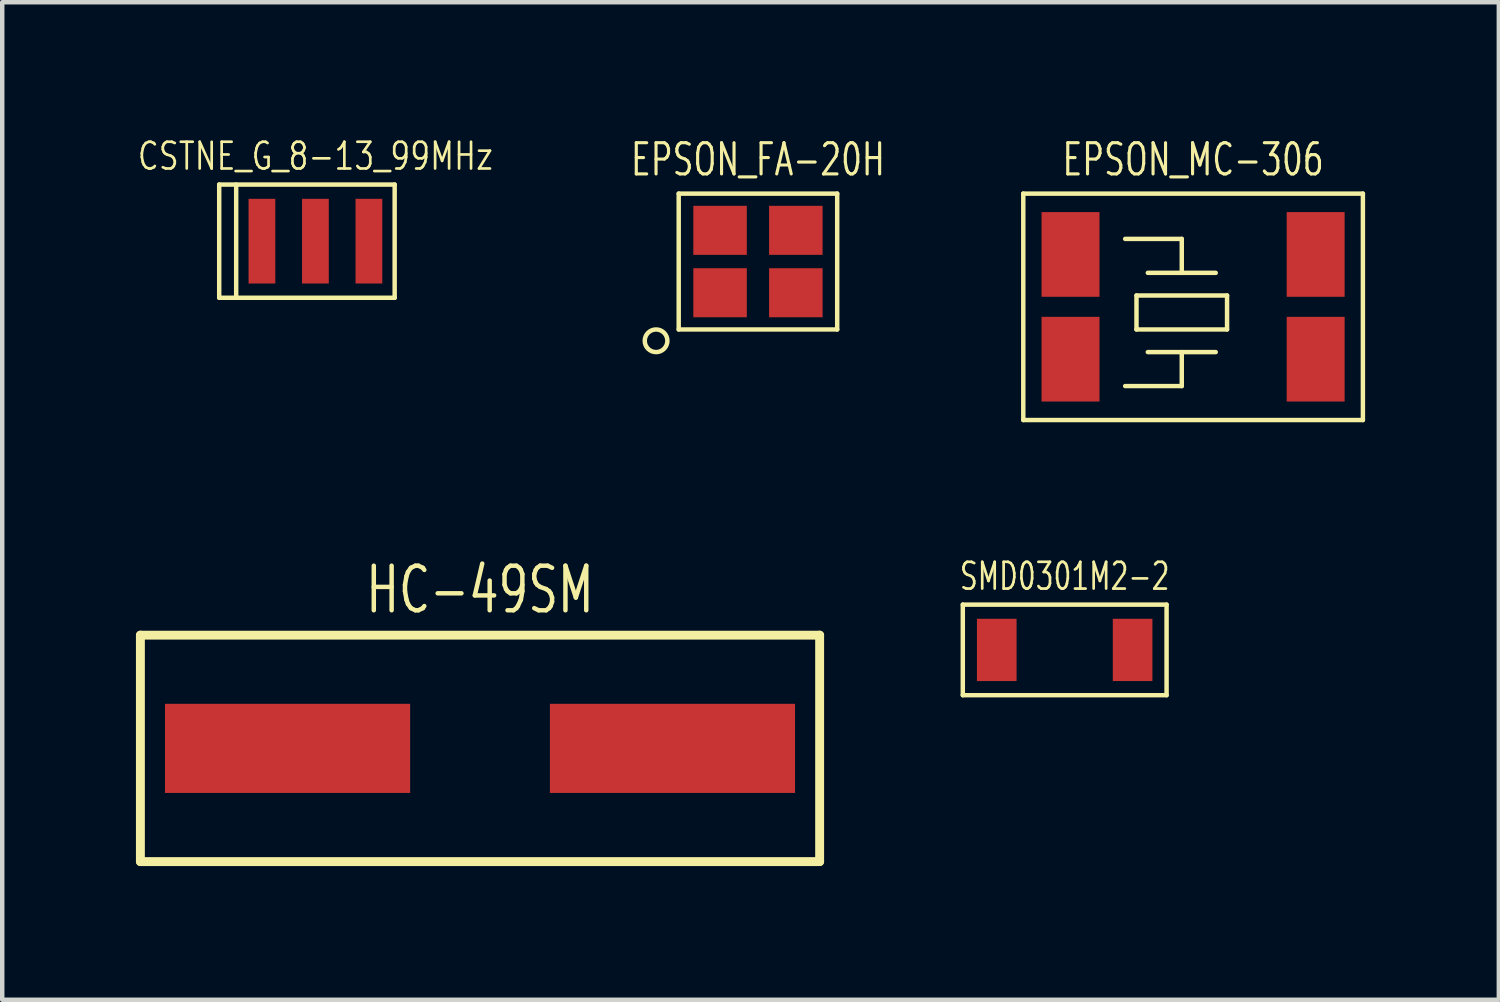
<source format=kicad_pcb>
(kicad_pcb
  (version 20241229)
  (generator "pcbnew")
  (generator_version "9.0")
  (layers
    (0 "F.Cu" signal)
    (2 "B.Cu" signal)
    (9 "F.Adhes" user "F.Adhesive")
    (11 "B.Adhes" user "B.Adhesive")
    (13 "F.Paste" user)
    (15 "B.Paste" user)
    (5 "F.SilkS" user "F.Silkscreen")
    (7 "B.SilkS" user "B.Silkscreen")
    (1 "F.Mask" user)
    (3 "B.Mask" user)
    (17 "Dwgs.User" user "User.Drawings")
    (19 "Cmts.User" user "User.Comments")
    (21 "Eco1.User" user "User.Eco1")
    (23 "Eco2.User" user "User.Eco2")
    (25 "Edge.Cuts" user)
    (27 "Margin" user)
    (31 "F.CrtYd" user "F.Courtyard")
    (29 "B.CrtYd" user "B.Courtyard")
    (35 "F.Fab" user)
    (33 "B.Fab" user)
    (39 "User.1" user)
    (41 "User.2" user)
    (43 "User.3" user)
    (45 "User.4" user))
  (footprint "HC-49SM"
    (layer "F.Cu")
    (at 7.72 13.741)
    (property "Reference" "HC-49SM" (at 0 -3.556 0) (layer "F.SilkS") (effects (font (size 1 0.7) (thickness 0.1))))
    (attr through_hole)
    (fp_line (start -7.62 -2.54) (end 7.62 -2.54) (stroke (width 0.2) (type solid)) (layer "F.SilkS"))
    (fp_line (start -7.62 2.54) (end -7.62 -2.54) (stroke (width 0.2) (type solid)) (layer "F.SilkS"))
    (fp_line (start 7.62 -2.54) (end 7.62 2.54) (stroke (width 0.2) (type solid)) (layer "F.SilkS"))
    (fp_line (start 7.62 2.54) (end -7.62 2.54) (stroke (width 0.2) (type solid)) (layer "F.SilkS"))
    (pad "1" smd trapezoid (at -2.54 0) (size 5.5 2) (drill (offset -1.778 0)) (layers "F.Cu" "F.Mask"))
    (pad "2" smd trapezoid (at 2.54 0) (size 5.5 2) (drill (offset 1.778 0)) (layers "F.Cu" "F.Mask")))
  (footprint "EPSON_MC-306"
    (layer "F.Cu")
    (at 23.719 3.834)
    (property "Reference" "EPSON_MC-306" (at 0 -3.302 0) (layer "F.SilkS") (effects (font (size 0.7 0.49) (thickness 0.07))))
    (attr smd)
    (fp_line (start -3.81 -2.54) (end -3.81 2.54) (stroke (width 0.1) (type solid)) (layer "F.SilkS"))
    (fp_line (start -3.81 -2.54) (end 3.81 -2.54) (stroke (width 0.1) (type solid)) (layer "F.SilkS"))
    (fp_line (start -3.81 2.54) (end 3.81 2.54) (stroke (width 0.1) (type solid)) (layer "F.SilkS"))
    (fp_line (start -1.524 -1.524) (end -0.254 -1.524) (stroke (width 0.1) (type solid)) (layer "F.SilkS"))
    (fp_line (start -1.27 -0.254) (end 0.762 -0.254) (stroke (width 0.1) (type solid)) (layer "F.SilkS"))
    (fp_line (start -1.27 0.508) (end -1.27 -0.254) (stroke (width 0.1) (type solid)) (layer "F.SilkS"))
    (fp_line (start -1.016 -0.762) (end 0.508 -0.762) (stroke (width 0.1) (type solid)) (layer "F.SilkS"))
    (fp_line (start -1.016 1.016) (end 0.508 1.016) (stroke (width 0.1) (type solid)) (layer "F.SilkS"))
    (fp_line (start -0.254 -1.524) (end -0.254 -0.762) (stroke (width 0.1) (type solid)) (layer "F.SilkS"))
    (fp_line (start -0.254 1.016) (end -0.254 1.778) (stroke (width 0.1) (type solid)) (layer "F.SilkS"))
    (fp_line (start -0.254 1.778) (end -1.524 1.778) (stroke (width 0.1) (type solid)) (layer "F.SilkS"))
    (fp_line (start 0.762 -0.254) (end 0.762 0.508) (stroke (width 0.1) (type solid)) (layer "F.SilkS"))
    (fp_line (start 0.762 0.508) (end -1.27 0.508) (stroke (width 0.1) (type solid)) (layer "F.SilkS"))
    (fp_line (start 3.81 -2.54) (end 3.81 2.54) (stroke (width 0.1) (type solid)) (layer "F.SilkS"))
    (pad "1" smd rect (at -2.75 1.175) (size 1.3 1.9) (layers "F.Cu" "F.Mask"))
    (pad "2" smd rect (at -2.75 -1.175) (size 1.3 1.9) (layers "F.Cu" "F.Mask"))
    (pad "3" smd rect (at 2.75 1.175) (size 1.3 1.9) (layers "F.Cu" "F.Mask"))
    (pad "4" smd rect (at 2.75 -1.175) (size 1.3 1.9) (layers "F.Cu" "F.Mask")))
  (footprint "SMD0301M2-2"
    (layer "F.Cu")
    (at 20.838 11.532)
    (property "Reference" "SMD0301M2-2" (at 0 -1.651 0) (layer "F.SilkS") (effects (font (size 0.6 0.42) (thickness 0.06))))
    (attr smd)
    (fp_line (start -2.286 -1.016) (end 2.286 -1.016) (stroke (width 0.1) (type solid)) (layer "F.SilkS"))
    (fp_line (start -2.286 1.016) (end -2.286 -1.016) (stroke (width 0.1) (type solid)) (layer "F.SilkS"))
    (fp_line (start 2.286 -1.016) (end 2.286 1.016) (stroke (width 0.1) (type solid)) (layer "F.SilkS"))
    (fp_line (start 2.286 1.016) (end -2.286 1.016) (stroke (width 0.1) (type solid)) (layer "F.SilkS"))
    (pad "1" smd rect (at -1.524 0) (size 0.889 1.397) (layers "F.Cu" "F.Mask" "F.Paste"))
    (pad "2" smd rect (at 1.524 0) (size 0.889 1.397) (layers "F.Cu" "F.Mask" "F.Paste")))
  (footprint "EPSON_FA-20H"
    (layer "F.Cu")
    (at 13.956 2.818)
    (property "Reference" "EPSON_FA-20H" (at 0 -2.286 0) (layer "F.SilkS") (effects (font (size 0.7 0.49) (thickness 0.07))))
    (attr smd)
    (fp_line (start -1.778 -1.524) (end -1.778 1.524) (stroke (width 0.1) (type solid)) (layer "F.SilkS"))
    (fp_line (start -1.778 1.524) (end 1.778 1.524) (stroke (width 0.1) (type solid)) (layer "F.SilkS"))
    (fp_line (start 1.778 -1.524) (end -1.778 -1.524) (stroke (width 0.1) (type solid)) (layer "F.SilkS"))
    (fp_line (start 1.778 1.524) (end 1.778 -1.524) (stroke (width 0.1) (type solid)) (layer "F.SilkS"))
    (fp_circle (center -2.286 1.778) (end -2.032 1.778) (stroke (width 0.1) (type solid)) (fill no) (layer "F.SilkS"))
    (pad "1" smd rect (at -0.85 0.7) (size 1.2 1.1) (layers "F.Cu" "F.Mask"))
    (pad "2" smd rect (at 0.85 0.7) (size 1.2 1.1) (layers "F.Cu" "F.Mask"))
    (pad "3" smd rect (at 0.85 -0.7) (size 1.2 1.1) (layers "F.Cu" "F.Mask"))
    (pad "4" smd rect (at -0.85 -0.7) (size 1.2 1.1) (layers "F.Cu" "F.Mask")))
  (footprint "CSTNE_G_8-13_99MHz"
    (layer "F.Cu")
    (at 4.027 2.361)
    (property "Reference" "CSTNE_G_8-13_99MHz" (at 0 -1.905 0) (layer "F.SilkS") (effects (font (size 0.6 0.47) (thickness 0.06))))
    (attr smd)
    (fp_line (start -2.159 -1.27) (end -2.159 1.27) (stroke (width 0.1) (type solid)) (layer "F.SilkS"))
    (fp_line (start -2.159 -1.27) (end 1.778 -1.27) (stroke (width 0.1) (type solid)) (layer "F.SilkS"))
    (fp_line (start -2.159 1.27) (end 1.778 1.27) (stroke (width 0.1) (type solid)) (layer "F.SilkS"))
    (fp_line (start -1.778 1.27) (end -1.778 -1.27) (stroke (width 0.1) (type solid)) (layer "F.SilkS"))
    (fp_line (start 1.778 -1.27) (end 1.778 1.27) (stroke (width 0.1) (type solid)) (layer "F.SilkS"))
    (pad "1" smd rect (at -1.2 0) (size 0.6 1.9) (layers "F.Cu" "F.Mask"))
    (pad "2" smd rect (at 0 0) (size 0.6 1.9) (layers "F.Cu" "F.Mask"))
    (pad "3" smd rect (at 1.2 0) (size 0.6 1.9) (layers "F.Cu" "F.Mask")))
  (gr_rect
    (start -3 -3)
    (end 30.579 19.381)
    (stroke (width 0.1) (type default))
    (fill no)
    (layer "Edge.Cuts")))
</source>
